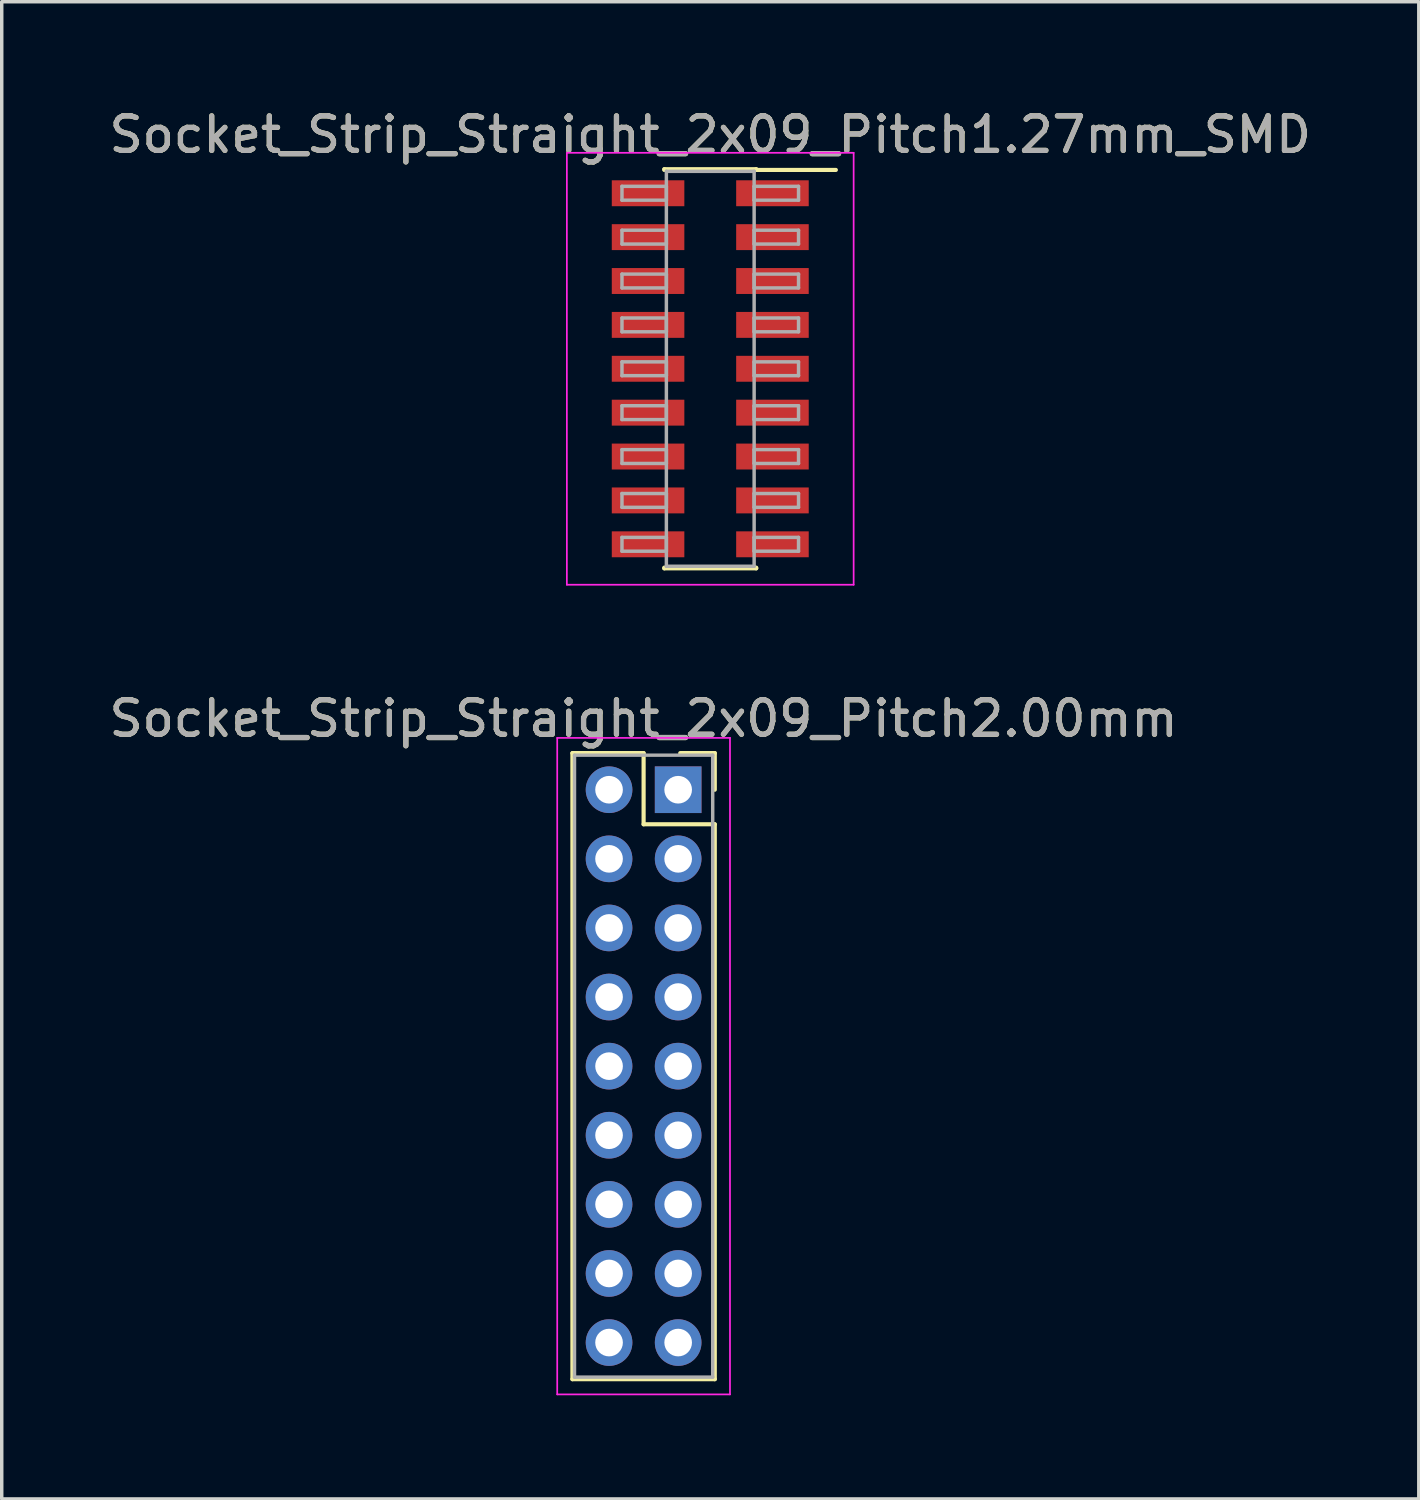
<source format=kicad_pcb>
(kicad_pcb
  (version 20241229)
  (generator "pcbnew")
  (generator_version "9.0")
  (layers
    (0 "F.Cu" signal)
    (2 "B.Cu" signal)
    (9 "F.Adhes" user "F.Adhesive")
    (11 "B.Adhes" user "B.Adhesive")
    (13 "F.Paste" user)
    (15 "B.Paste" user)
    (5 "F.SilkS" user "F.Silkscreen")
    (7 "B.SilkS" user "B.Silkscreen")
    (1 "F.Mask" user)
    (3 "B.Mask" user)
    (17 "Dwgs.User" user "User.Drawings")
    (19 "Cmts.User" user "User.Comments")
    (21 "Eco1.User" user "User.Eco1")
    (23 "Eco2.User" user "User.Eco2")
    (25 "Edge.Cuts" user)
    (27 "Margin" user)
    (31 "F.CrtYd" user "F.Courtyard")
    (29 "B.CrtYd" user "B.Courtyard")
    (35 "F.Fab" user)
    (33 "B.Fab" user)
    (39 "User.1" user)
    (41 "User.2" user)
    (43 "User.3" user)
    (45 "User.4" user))
  (footprint "Socket_Strip_Straight_2x09_Pitch1.27mm_SMD"
    (layer "F.Cu")
    (at 17.506 7.623)
    (property "Reference" "Socket_Strip_Straight_2x09_Pitch1.27mm_SMD" (at 0 -6.775 0) (layer "F.SilkS") (effects (font (size 1 1) (thickness 0.15))))
    (attr smd)
    (fp_line (start -1.33 -5.775) (end 1.33 -5.775) (stroke (width 0.12) (type solid)) (layer "F.SilkS"))
    (fp_line (start -1.33 -5.755) (end -1.33 -5.775) (stroke (width 0.12) (type solid)) (layer "F.SilkS"))
    (fp_line (start -1.33 5.755) (end -1.33 5.775) (stroke (width 0.12) (type solid)) (layer "F.SilkS"))
    (fp_line (start -1.33 5.775) (end 1.33 5.775) (stroke (width 0.12) (type solid)) (layer "F.SilkS"))
    (fp_line (start 1.33 -5.775) (end 1.33 -5.755) (stroke (width 0.12) (type solid)) (layer "F.SilkS"))
    (fp_line (start 1.33 5.775) (end 1.33 5.755) (stroke (width 0.12) (type solid)) (layer "F.SilkS"))
    (fp_line (start 3.635 -5.755) (end 1.33 -5.755) (stroke (width 0.12) (type solid)) (layer "F.SilkS"))
    (fp_line (start -4.15 -6.25) (end -4.15 6.25) (stroke (width 0.05) (type solid)) (layer "F.CrtYd"))
    (fp_line (start -4.15 6.25) (end 4.15 6.25) (stroke (width 0.05) (type solid)) (layer "F.CrtYd"))
    (fp_line (start 4.15 -6.25) (end -4.15 -6.25) (stroke (width 0.05) (type solid)) (layer "F.CrtYd"))
    (fp_line (start 4.15 6.25) (end 4.15 -6.25) (stroke (width 0.05) (type solid)) (layer "F.CrtYd"))
    (fp_line (start -2.555 -5.28) (end -1.27 -5.28) (stroke (width 0.1) (type solid)) (layer "F.Fab"))
    (fp_line (start -2.555 -4.88) (end -2.555 -5.28) (stroke (width 0.1) (type solid)) (layer "F.Fab"))
    (fp_line (start -2.555 -4.01) (end -1.27 -4.01) (stroke (width 0.1) (type solid)) (layer "F.Fab"))
    (fp_line (start -2.555 -3.61) (end -2.555 -4.01) (stroke (width 0.1) (type solid)) (layer "F.Fab"))
    (fp_line (start -2.555 -2.74) (end -1.27 -2.74) (stroke (width 0.1) (type solid)) (layer "F.Fab"))
    (fp_line (start -2.555 -2.34) (end -2.555 -2.74) (stroke (width 0.1) (type solid)) (layer "F.Fab"))
    (fp_line (start -2.555 -1.47) (end -1.27 -1.47) (stroke (width 0.1) (type solid)) (layer "F.Fab"))
    (fp_line (start -2.555 -1.07) (end -2.555 -1.47) (stroke (width 0.1) (type solid)) (layer "F.Fab"))
    (fp_line (start -2.555 -0.2) (end -1.27 -0.2) (stroke (width 0.1) (type solid)) (layer "F.Fab"))
    (fp_line (start -2.555 0.2) (end -2.555 -0.2) (stroke (width 0.1) (type solid)) (layer "F.Fab"))
    (fp_line (start -2.555 1.07) (end -1.27 1.07) (stroke (width 0.1) (type solid)) (layer "F.Fab"))
    (fp_line (start -2.555 1.47) (end -2.555 1.07) (stroke (width 0.1) (type solid)) (layer "F.Fab"))
    (fp_line (start -2.555 2.34) (end -1.27 2.34) (stroke (width 0.1) (type solid)) (layer "F.Fab"))
    (fp_line (start -2.555 2.74) (end -2.555 2.34) (stroke (width 0.1) (type solid)) (layer "F.Fab"))
    (fp_line (start -2.555 3.61) (end -1.27 3.61) (stroke (width 0.1) (type solid)) (layer "F.Fab"))
    (fp_line (start -2.555 4.01) (end -2.555 3.61) (stroke (width 0.1) (type solid)) (layer "F.Fab"))
    (fp_line (start -2.555 4.88) (end -1.27 4.88) (stroke (width 0.1) (type solid)) (layer "F.Fab"))
    (fp_line (start -2.555 5.28) (end -2.555 4.88) (stroke (width 0.1) (type solid)) (layer "F.Fab"))
    (fp_line (start -1.27 -5.715) (end -1.27 5.715) (stroke (width 0.1) (type solid)) (layer "F.Fab"))
    (fp_line (start -1.27 -5.28) (end -1.27 -4.88) (stroke (width 0.1) (type solid)) (layer "F.Fab"))
    (fp_line (start -1.27 -4.88) (end -2.555 -4.88) (stroke (width 0.1) (type solid)) (layer "F.Fab"))
    (fp_line (start -1.27 -4.01) (end -1.27 -3.61) (stroke (width 0.1) (type solid)) (layer "F.Fab"))
    (fp_line (start -1.27 -3.61) (end -2.555 -3.61) (stroke (width 0.1) (type solid)) (layer "F.Fab"))
    (fp_line (start -1.27 -2.74) (end -1.27 -2.34) (stroke (width 0.1) (type solid)) (layer "F.Fab"))
    (fp_line (start -1.27 -2.34) (end -2.555 -2.34) (stroke (width 0.1) (type solid)) (layer "F.Fab"))
    (fp_line (start -1.27 -1.47) (end -1.27 -1.07) (stroke (width 0.1) (type solid)) (layer "F.Fab"))
    (fp_line (start -1.27 -1.07) (end -2.555 -1.07) (stroke (width 0.1) (type solid)) (layer "F.Fab"))
    (fp_line (start -1.27 -0.2) (end -1.27 0.2) (stroke (width 0.1) (type solid)) (layer "F.Fab"))
    (fp_line (start -1.27 0.2) (end -2.555 0.2) (stroke (width 0.1) (type solid)) (layer "F.Fab"))
    (fp_line (start -1.27 1.07) (end -1.27 1.47) (stroke (width 0.1) (type solid)) (layer "F.Fab"))
    (fp_line (start -1.27 1.47) (end -2.555 1.47) (stroke (width 0.1) (type solid)) (layer "F.Fab"))
    (fp_line (start -1.27 2.34) (end -1.27 2.74) (stroke (width 0.1) (type solid)) (layer "F.Fab"))
    (fp_line (start -1.27 2.74) (end -2.555 2.74) (stroke (width 0.1) (type solid)) (layer "F.Fab"))
    (fp_line (start -1.27 3.61) (end -1.27 4.01) (stroke (width 0.1) (type solid)) (layer "F.Fab"))
    (fp_line (start -1.27 4.01) (end -2.555 4.01) (stroke (width 0.1) (type solid)) (layer "F.Fab"))
    (fp_line (start -1.27 4.88) (end -1.27 5.28) (stroke (width 0.1) (type solid)) (layer "F.Fab"))
    (fp_line (start -1.27 5.28) (end -2.555 5.28) (stroke (width 0.1) (type solid)) (layer "F.Fab"))
    (fp_line (start -1.27 5.715) (end 1.27 5.715) (stroke (width 0.1) (type solid)) (layer "F.Fab"))
    (fp_line (start 1.27 -5.715) (end -1.27 -5.715) (stroke (width 0.1) (type solid)) (layer "F.Fab"))
    (fp_line (start 1.27 -5.28) (end 1.27 -4.88) (stroke (width 0.1) (type solid)) (layer "F.Fab"))
    (fp_line (start 1.27 -4.88) (end 2.555 -4.88) (stroke (width 0.1) (type solid)) (layer "F.Fab"))
    (fp_line (start 1.27 -4.01) (end 1.27 -3.61) (stroke (width 0.1) (type solid)) (layer "F.Fab"))
    (fp_line (start 1.27 -3.61) (end 2.555 -3.61) (stroke (width 0.1) (type solid)) (layer "F.Fab"))
    (fp_line (start 1.27 -2.74) (end 1.27 -2.34) (stroke (width 0.1) (type solid)) (layer "F.Fab"))
    (fp_line (start 1.27 -2.34) (end 2.555 -2.34) (stroke (width 0.1) (type solid)) (layer "F.Fab"))
    (fp_line (start 1.27 -1.47) (end 1.27 -1.07) (stroke (width 0.1) (type solid)) (layer "F.Fab"))
    (fp_line (start 1.27 -1.07) (end 2.555 -1.07) (stroke (width 0.1) (type solid)) (layer "F.Fab"))
    (fp_line (start 1.27 -0.2) (end 1.27 0.2) (stroke (width 0.1) (type solid)) (layer "F.Fab"))
    (fp_line (start 1.27 0.2) (end 2.555 0.2) (stroke (width 0.1) (type solid)) (layer "F.Fab"))
    (fp_line (start 1.27 1.07) (end 1.27 1.47) (stroke (width 0.1) (type solid)) (layer "F.Fab"))
    (fp_line (start 1.27 1.47) (end 2.555 1.47) (stroke (width 0.1) (type solid)) (layer "F.Fab"))
    (fp_line (start 1.27 2.34) (end 1.27 2.74) (stroke (width 0.1) (type solid)) (layer "F.Fab"))
    (fp_line (start 1.27 2.74) (end 2.555 2.74) (stroke (width 0.1) (type solid)) (layer "F.Fab"))
    (fp_line (start 1.27 3.61) (end 1.27 4.01) (stroke (width 0.1) (type solid)) (layer "F.Fab"))
    (fp_line (start 1.27 4.01) (end 2.555 4.01) (stroke (width 0.1) (type solid)) (layer "F.Fab"))
    (fp_line (start 1.27 4.88) (end 1.27 5.28) (stroke (width 0.1) (type solid)) (layer "F.Fab"))
    (fp_line (start 1.27 5.28) (end 2.555 5.28) (stroke (width 0.1) (type solid)) (layer "F.Fab"))
    (fp_line (start 1.27 5.715) (end 1.27 -5.715) (stroke (width 0.1) (type solid)) (layer "F.Fab"))
    (fp_line (start 2.555 -5.28) (end 1.27 -5.28) (stroke (width 0.1) (type solid)) (layer "F.Fab"))
    (fp_line (start 2.555 -4.88) (end 2.555 -5.28) (stroke (width 0.1) (type solid)) (layer "F.Fab"))
    (fp_line (start 2.555 -4.01) (end 1.27 -4.01) (stroke (width 0.1) (type solid)) (layer "F.Fab"))
    (fp_line (start 2.555 -3.61) (end 2.555 -4.01) (stroke (width 0.1) (type solid)) (layer "F.Fab"))
    (fp_line (start 2.555 -2.74) (end 1.27 -2.74) (stroke (width 0.1) (type solid)) (layer "F.Fab"))
    (fp_line (start 2.555 -2.34) (end 2.555 -2.74) (stroke (width 0.1) (type solid)) (layer "F.Fab"))
    (fp_line (start 2.555 -1.47) (end 1.27 -1.47) (stroke (width 0.1) (type solid)) (layer "F.Fab"))
    (fp_line (start 2.555 -1.07) (end 2.555 -1.47) (stroke (width 0.1) (type solid)) (layer "F.Fab"))
    (fp_line (start 2.555 -0.2) (end 1.27 -0.2) (stroke (width 0.1) (type solid)) (layer "F.Fab"))
    (fp_line (start 2.555 0.2) (end 2.555 -0.2) (stroke (width 0.1) (type solid)) (layer "F.Fab"))
    (fp_line (start 2.555 1.07) (end 1.27 1.07) (stroke (width 0.1) (type solid)) (layer "F.Fab"))
    (fp_line (start 2.555 1.47) (end 2.555 1.07) (stroke (width 0.1) (type solid)) (layer "F.Fab"))
    (fp_line (start 2.555 2.34) (end 1.27 2.34) (stroke (width 0.1) (type solid)) (layer "F.Fab"))
    (fp_line (start 2.555 2.74) (end 2.555 2.34) (stroke (width 0.1) (type solid)) (layer "F.Fab"))
    (fp_line (start 2.555 3.61) (end 1.27 3.61) (stroke (width 0.1) (type solid)) (layer "F.Fab"))
    (fp_line (start 2.555 4.01) (end 2.555 3.61) (stroke (width 0.1) (type solid)) (layer "F.Fab"))
    (fp_line (start 2.555 4.88) (end 1.27 4.88) (stroke (width 0.1) (type solid)) (layer "F.Fab"))
    (fp_line (start 2.555 5.28) (end 2.555 4.88) (stroke (width 0.1) (type solid)) (layer "F.Fab"))
    (fp_text user "${REFERENCE}" (at 0 -6.775 0) (layer "F.Fab") (effects (font (size 1 1) (thickness 0.15))))
    (pad "1" smd rect (at 1.8 -5.08) (size 2.1 0.75) (layers "F.Cu" "F.Mask" "F.Paste"))
    (pad "2" smd rect (at -1.8 -5.08) (size 2.1 0.75) (layers "F.Cu" "F.Mask" "F.Paste"))
    (pad "3" smd rect (at 1.8 -3.81) (size 2.1 0.75) (layers "F.Cu" "F.Mask" "F.Paste"))
    (pad "4" smd rect (at -1.8 -3.81) (size 2.1 0.75) (layers "F.Cu" "F.Mask" "F.Paste"))
    (pad "5" smd rect (at 1.8 -2.54) (size 2.1 0.75) (layers "F.Cu" "F.Mask" "F.Paste"))
    (pad "6" smd rect (at -1.8 -2.54) (size 2.1 0.75) (layers "F.Cu" "F.Mask" "F.Paste"))
    (pad "7" smd rect (at 1.8 -1.27) (size 2.1 0.75) (layers "F.Cu" "F.Mask" "F.Paste"))
    (pad "8" smd rect (at -1.8 -1.27) (size 2.1 0.75) (layers "F.Cu" "F.Mask" "F.Paste"))
    (pad "9" smd rect (at 1.8 0) (size 2.1 0.75) (layers "F.Cu" "F.Mask" "F.Paste"))
    (pad "10" smd rect (at -1.8 0) (size 2.1 0.75) (layers "F.Cu" "F.Mask" "F.Paste"))
    (pad "11" smd rect (at 1.8 1.27) (size 2.1 0.75) (layers "F.Cu" "F.Mask" "F.Paste"))
    (pad "12" smd rect (at -1.8 1.27) (size 2.1 0.75) (layers "F.Cu" "F.Mask" "F.Paste"))
    (pad "13" smd rect (at 1.8 2.54) (size 2.1 0.75) (layers "F.Cu" "F.Mask" "F.Paste"))
    (pad "14" smd rect (at -1.8 2.54) (size 2.1 0.75) (layers "F.Cu" "F.Mask" "F.Paste"))
    (pad "15" smd rect (at 1.8 3.81) (size 2.1 0.75) (layers "F.Cu" "F.Mask" "F.Paste"))
    (pad "16" smd rect (at -1.8 3.81) (size 2.1 0.75) (layers "F.Cu" "F.Mask" "F.Paste"))
    (pad "17" smd rect (at 1.8 5.08) (size 2.1 0.75) (layers "F.Cu" "F.Mask" "F.Paste"))
    (pad "18" smd rect (at -1.8 5.08) (size 2.1 0.75) (layers "F.Cu" "F.Mask" "F.Paste")))
  (footprint "Socket_Strip_Straight_2x09_Pitch2.00mm"
    (layer "F.Cu")
    (at 16.577 19.806)
    (property "Reference" "Socket_Strip_Straight_2x09_Pitch2.00mm" (at -1 -2.06 0) (layer "F.SilkS") (effects (font (size 1 1) (thickness 0.15))))
    (attr through_hole)
    (fp_line (start -3.06 -1.06) (end -1 -1.06) (stroke (width 0.12) (type solid)) (layer "F.SilkS"))
    (fp_line (start -3.06 17.06) (end -3.06 -1.06) (stroke (width 0.12) (type solid)) (layer "F.SilkS"))
    (fp_line (start -1 -1.06) (end -1 1) (stroke (width 0.12) (type solid)) (layer "F.SilkS"))
    (fp_line (start -1 1) (end 1.06 1) (stroke (width 0.12) (type solid)) (layer "F.SilkS"))
    (fp_line (start 1.06 -1.06) (end 0.06 -1.06) (stroke (width 0.12) (type solid)) (layer "F.SilkS"))
    (fp_line (start 1.06 0) (end 1.06 -1.06) (stroke (width 0.12) (type solid)) (layer "F.SilkS"))
    (fp_line (start 1.06 1) (end 1.06 17.06) (stroke (width 0.12) (type solid)) (layer "F.SilkS"))
    (fp_line (start 1.06 17.06) (end -3.06 17.06) (stroke (width 0.12) (type solid)) (layer "F.SilkS"))
    (fp_line (start -3.5 -1.5) (end -3.5 17.5) (stroke (width 0.05) (type solid)) (layer "F.CrtYd"))
    (fp_line (start -3.5 17.5) (end 1.5 17.5) (stroke (width 0.05) (type solid)) (layer "F.CrtYd"))
    (fp_line (start 1.5 -1.5) (end -3.5 -1.5) (stroke (width 0.05) (type solid)) (layer "F.CrtYd"))
    (fp_line (start 1.5 17.5) (end 1.5 -1.5) (stroke (width 0.05) (type solid)) (layer "F.CrtYd"))
    (fp_line (start -3 -1) (end -3 17) (stroke (width 0.1) (type solid)) (layer "F.Fab"))
    (fp_line (start -3 17) (end 1 17) (stroke (width 0.1) (type solid)) (layer "F.Fab"))
    (fp_line (start 1 -1) (end -3 -1) (stroke (width 0.1) (type solid)) (layer "F.Fab"))
    (fp_line (start 1 17) (end 1 -1) (stroke (width 0.1) (type solid)) (layer "F.Fab"))
    (fp_text user "${REFERENCE}" (at -1 -2.06 0) (layer "F.Fab") (effects (font (size 1 1) (thickness 0.15))))
    (pad "1" thru_hole rect (at 0 0) (size 1.35 1.35) (drill 0.8) (layers "*.Cu" "*.Mask"))
    (pad "2" thru_hole oval (at -2 0) (size 1.35 1.35) (drill 0.8) (layers "*.Cu" "*.Mask"))
    (pad "3" thru_hole oval (at 0 2) (size 1.35 1.35) (drill 0.8) (layers "*.Cu" "*.Mask"))
    (pad "4" thru_hole oval (at -2 2) (size 1.35 1.35) (drill 0.8) (layers "*.Cu" "*.Mask"))
    (pad "5" thru_hole oval (at 0 4) (size 1.35 1.35) (drill 0.8) (layers "*.Cu" "*.Mask"))
    (pad "6" thru_hole oval (at -2 4) (size 1.35 1.35) (drill 0.8) (layers "*.Cu" "*.Mask"))
    (pad "7" thru_hole oval (at 0 6) (size 1.35 1.35) (drill 0.8) (layers "*.Cu" "*.Mask"))
    (pad "8" thru_hole oval (at -2 6) (size 1.35 1.35) (drill 0.8) (layers "*.Cu" "*.Mask"))
    (pad "9" thru_hole oval (at 0 8) (size 1.35 1.35) (drill 0.8) (layers "*.Cu" "*.Mask"))
    (pad "10" thru_hole oval (at -2 8) (size 1.35 1.35) (drill 0.8) (layers "*.Cu" "*.Mask"))
    (pad "11" thru_hole oval (at 0 10) (size 1.35 1.35) (drill 0.8) (layers "*.Cu" "*.Mask"))
    (pad "12" thru_hole oval (at -2 10) (size 1.35 1.35) (drill 0.8) (layers "*.Cu" "*.Mask"))
    (pad "13" thru_hole oval (at 0 12) (size 1.35 1.35) (drill 0.8) (layers "*.Cu" "*.Mask"))
    (pad "14" thru_hole oval (at -2 12) (size 1.35 1.35) (drill 0.8) (layers "*.Cu" "*.Mask"))
    (pad "15" thru_hole oval (at 0 14) (size 1.35 1.35) (drill 0.8) (layers "*.Cu" "*.Mask"))
    (pad "16" thru_hole oval (at -2 14) (size 1.35 1.35) (drill 0.8) (layers "*.Cu" "*.Mask"))
    (pad "17" thru_hole oval (at 0 16) (size 1.35 1.35) (drill 0.8) (layers "*.Cu" "*.Mask"))
    (pad "18" thru_hole oval (at -2 16) (size 1.35 1.35) (drill 0.8) (layers "*.Cu" "*.Mask")))
  (gr_rect
    (start -3 -3)
    (end 38.012 40.331)
    (stroke (width 0.1) (type default))
    (fill no)
    (layer "Edge.Cuts")))
</source>
